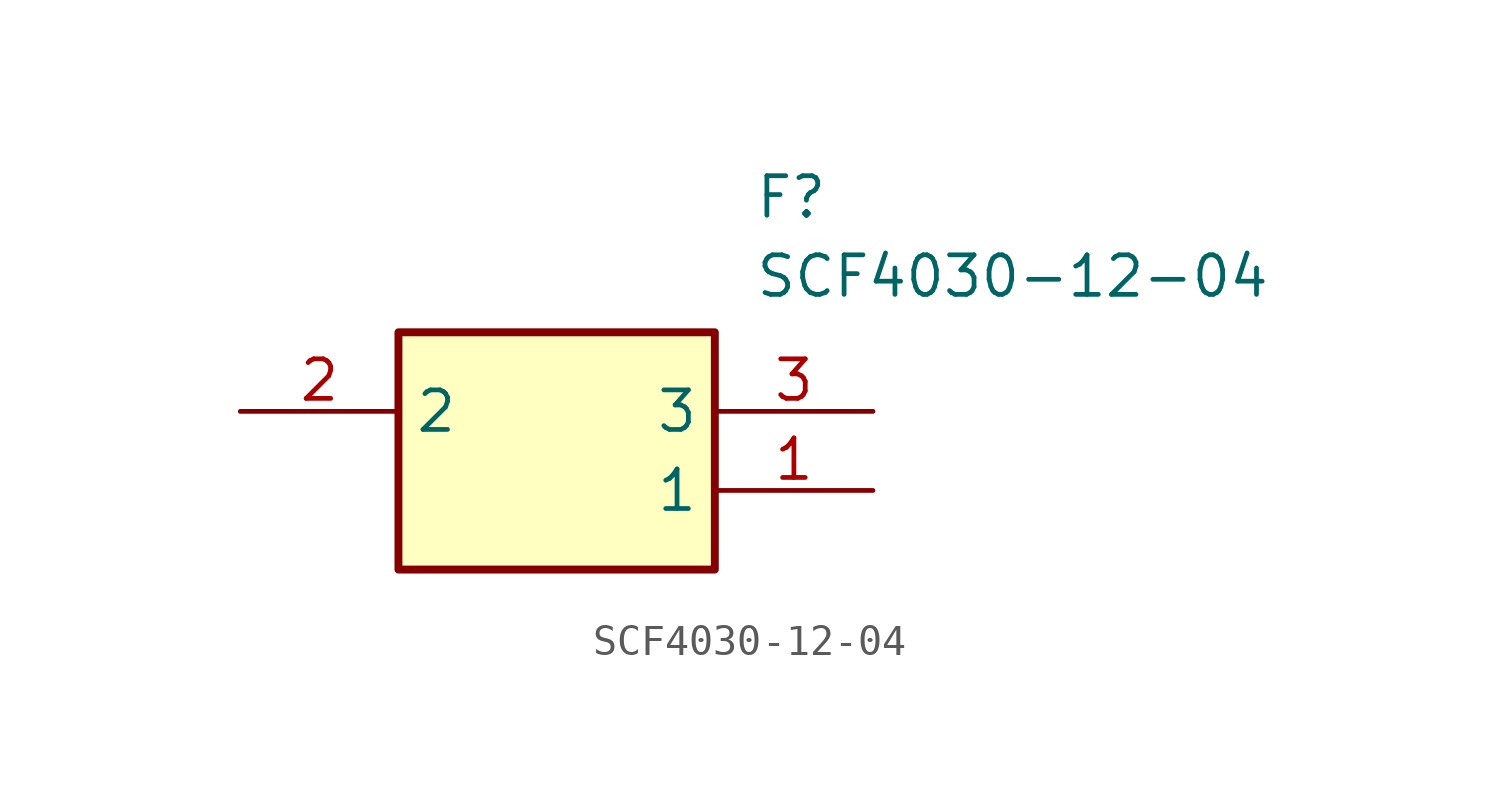
<source format=kicad_sym>
(kicad_symbol_lib
  (version 20211014)
  (generator SamacSys_ECAD_Model)
  (symbol "SCF4030-12-04"
    (property "Reference" "F"
      (at 16.51 7.62 0)
      (effects (font (size 1.27 1.27)) (justify left top)))
    (property "Value" "SCF4030-12-04"
      (at 16.51 5.08 0)
      (effects (font (size 1.27 1.27)) (justify left top)))
    (rectangle
      (start 5.08 2.54)
      (end 15.24 -5.08)
      (stroke (width 0.254) (type default))
      (fill (type background)))
    (pin passive line
      (at 20.32 -2.54 180)
      (length 5.08)
      (name "1" (effects (font (size 1.27 1.27))))
      (number "1" (effects (font (size 1.27 1.27)))))
    (pin passive line
      (at 0 0 0)
      (length 5.08)
      (name "2" (effects (font (size 1.27 1.27))))
      (number "2" (effects (font (size 1.27 1.27)))))
    (pin passive line
      (at 20.32 0 180)
      (length 5.08)
      (name "3" (effects (font (size 1.27 1.27))))
      (number "3" (effects (font (size 1.27 1.27)))))))
</source>
